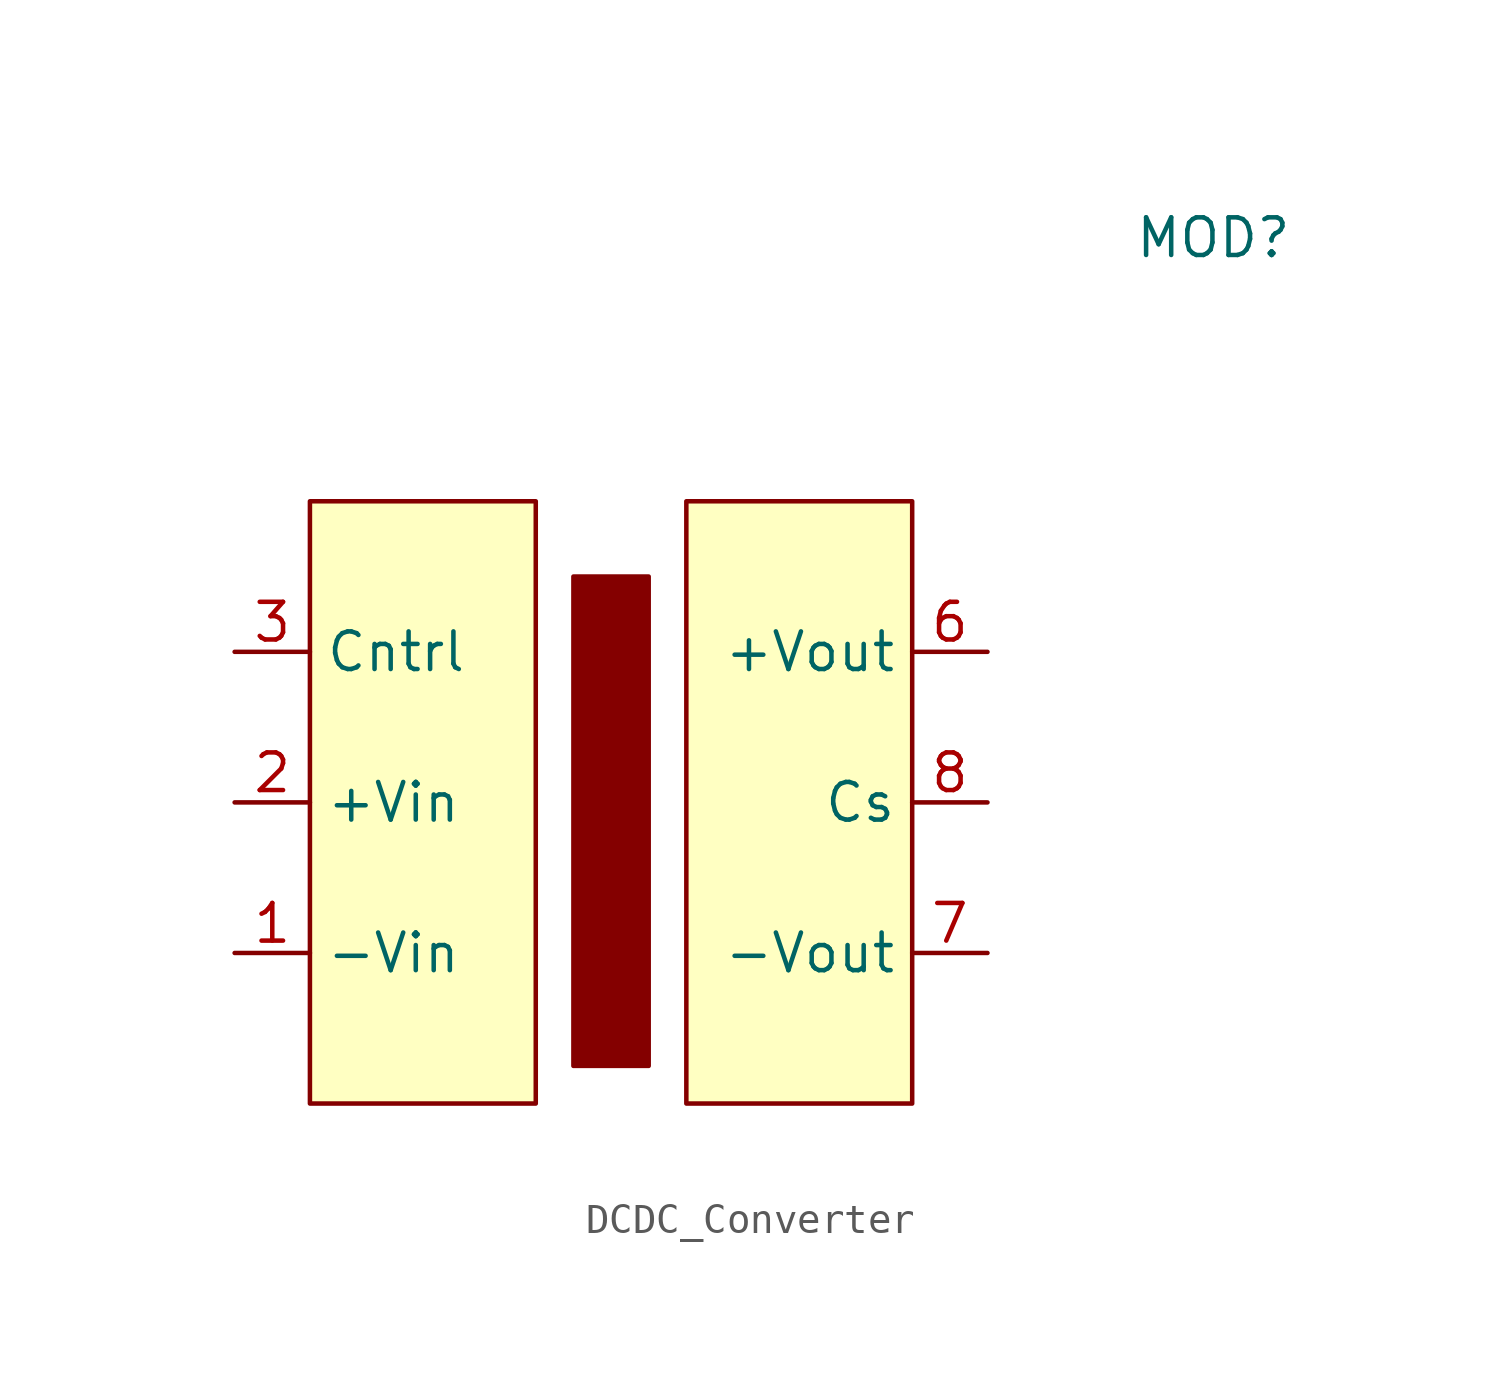
<source format=kicad_sym>
(kicad_symbol_lib
  (version 20220914)
  (generator kicad_symbol_editor)
  (symbol "DCDC_Converter"
    (property "Reference" "MOD"
      (at 20.32 19.05 0)
      (effects (font (size 1.27 1.27))))
    (property "Value" ""
      (at 0 0 0)
      (effects (font (size 1.27 1.27))))
    (symbol "DCDC_Converter_1_1"
      (rectangle (start -10.16 10.16) (end -2.54 -10.16) (stroke (width 0) (type default)) (fill (type background)))
      (rectangle (start -1.27 7.62) (end 1.27 -8.89) (stroke (width 0) (type default)) (fill (type outline)))
      (rectangle (start 2.54 10.16) (end 10.16 -10.16) (stroke (width 0) (type default)) (fill (type background)))
      (pin input line (at -12.7 -5.08 0) (length 2.54) (name "-Vin" (effects (font (size 1.27 1.27)))) (number "1" (effects (font (size 1.27 1.27)))))
      (pin input line (at -12.7 0 0) (length 2.54) (name "+Vin" (effects (font (size 1.27 1.27)))) (number "2" (effects (font (size 1.27 1.27)))))
      (pin input line (at -12.7 5.08 0) (length 2.54) (name "Cntrl" (effects (font (size 1.27 1.27)))) (number "3" (effects (font (size 1.27 1.27)))))
      (pin output line (at 12.7 5.08 180) (length 2.54) (name "+Vout" (effects (font (size 1.27 1.27)))) (number "6" (effects (font (size 1.27 1.27)))))
      (pin output line (at 12.7 -5.08 180) (length 2.54) (name "-Vout" (effects (font (size 1.27 1.27)))) (number "7" (effects (font (size 1.27 1.27)))))
      (pin input line (at 12.7 0 180) (length 2.54) (name "Cs" (effects (font (size 1.27 1.27)))) (number "8" (effects (font (size 1.27 1.27))))))))
</source>
